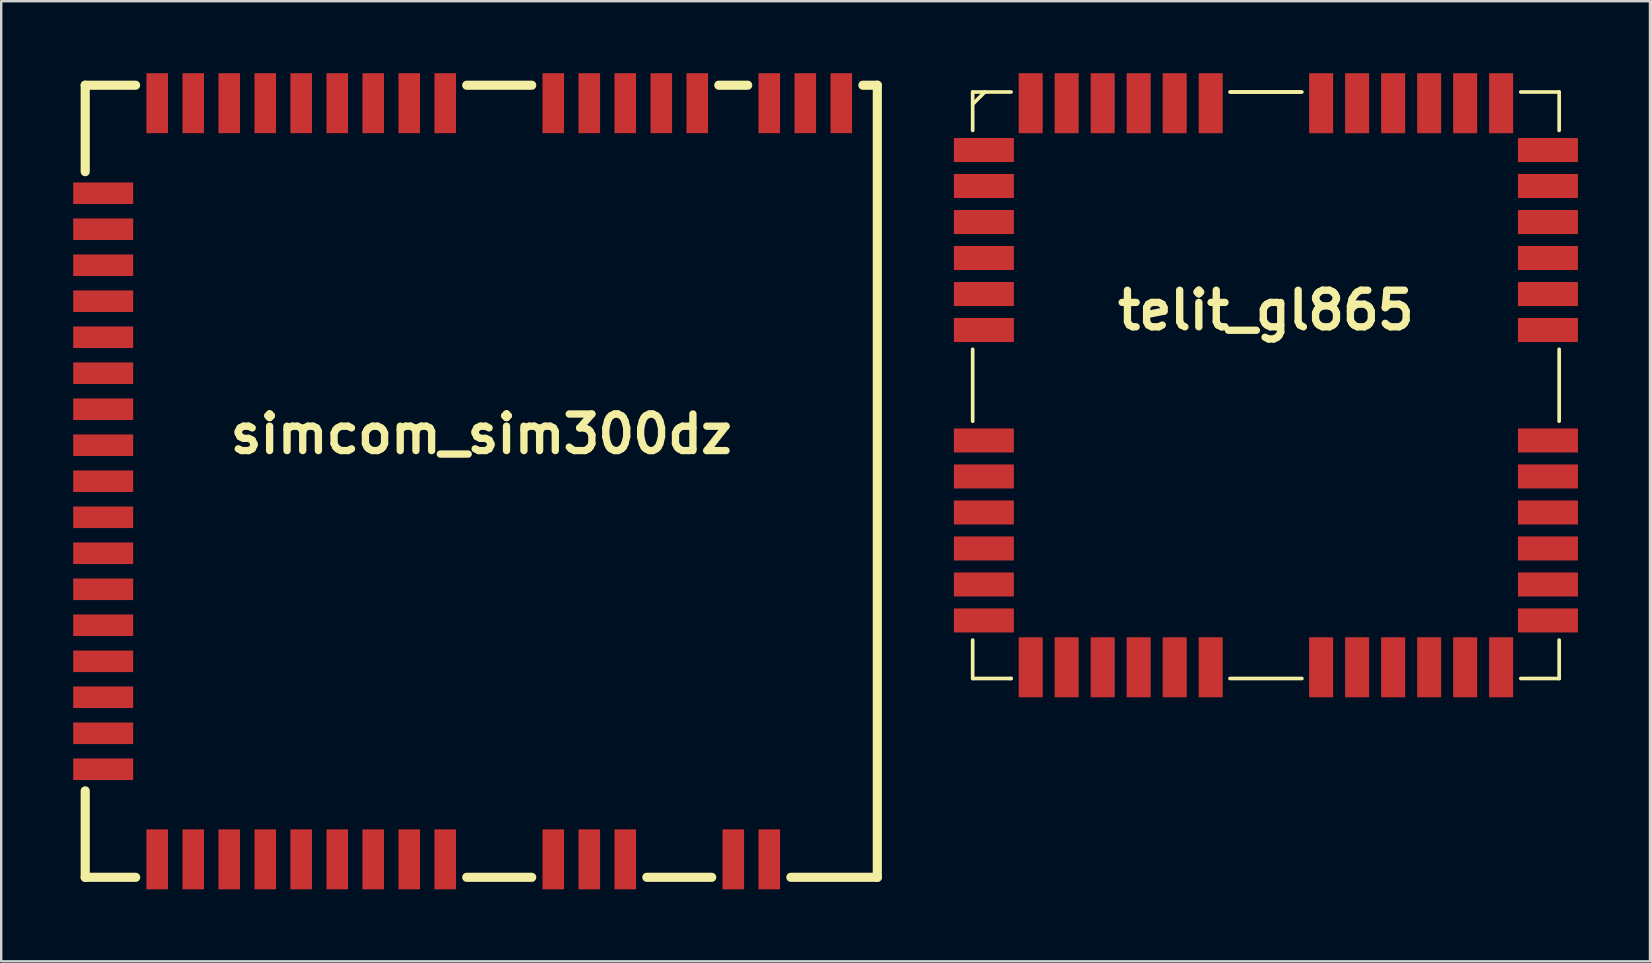
<source format=kicad_pcb>
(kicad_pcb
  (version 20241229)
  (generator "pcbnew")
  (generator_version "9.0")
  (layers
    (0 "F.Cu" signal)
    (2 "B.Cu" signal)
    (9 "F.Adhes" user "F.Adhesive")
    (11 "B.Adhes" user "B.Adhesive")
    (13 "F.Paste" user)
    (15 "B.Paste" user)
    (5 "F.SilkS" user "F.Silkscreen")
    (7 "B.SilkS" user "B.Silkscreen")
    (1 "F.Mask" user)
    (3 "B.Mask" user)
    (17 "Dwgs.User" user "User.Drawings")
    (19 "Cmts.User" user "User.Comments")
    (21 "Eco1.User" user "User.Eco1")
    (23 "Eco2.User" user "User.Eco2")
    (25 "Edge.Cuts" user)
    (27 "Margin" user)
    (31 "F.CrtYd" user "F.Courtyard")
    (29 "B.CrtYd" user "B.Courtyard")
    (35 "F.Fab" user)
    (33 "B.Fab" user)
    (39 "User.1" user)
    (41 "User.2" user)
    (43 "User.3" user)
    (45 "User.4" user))
  (footprint "telit_gl865"
    (layer "F.Cu")
    (at 49.69 13)
    (property "Reference" "telit_gl865" (at 0 -3.124 0) (layer "F.SilkS") (effects (font (size 1.524 1.524) (thickness 0.305))))
    (attr through_hole)
    (fp_line (start -12.217 -12.217) (end -12.217 -10.617) (stroke (width 0.152) (type solid)) (layer "F.SilkS"))
    (fp_line (start -12.217 -12.217) (end -10.617 -12.217) (stroke (width 0.152) (type solid)) (layer "F.SilkS"))
    (fp_line (start -12.217 -11.709) (end -11.709 -12.217) (stroke (width 0.152) (type solid)) (layer "F.SilkS"))
    (fp_line (start -12.217 -10.617) (end -12.217 -10.643) (stroke (width 0.102) (type solid)) (layer "F.SilkS"))
    (fp_line (start -12.217 1.499) (end -12.217 -1.499) (stroke (width 0.152) (type solid)) (layer "F.SilkS"))
    (fp_line (start -12.217 12.217) (end -12.217 10.617) (stroke (width 0.152) (type solid)) (layer "F.SilkS"))
    (fp_line (start -10.643 12.217) (end -10.617 12.217) (stroke (width 0.152) (type solid)) (layer "F.SilkS"))
    (fp_line (start -10.617 12.217) (end -12.217 12.217) (stroke (width 0.152) (type solid)) (layer "F.SilkS"))
    (fp_line (start -1.499 -12.217) (end 1.499 -12.217) (stroke (width 0.152) (type solid)) (layer "F.SilkS"))
    (fp_line (start -1.448 -12.217) (end 1.448 -12.217) (stroke (width 0.152) (type solid)) (layer "F.SilkS"))
    (fp_line (start 1.499 12.217) (end -1.499 12.217) (stroke (width 0.152) (type solid)) (layer "F.SilkS"))
    (fp_line (start 10.617 -12.217) (end 12.217 -12.217) (stroke (width 0.152) (type solid)) (layer "F.SilkS"))
    (fp_line (start 12.217 -12.217) (end 12.217 -10.617) (stroke (width 0.152) (type solid)) (layer "F.SilkS"))
    (fp_line (start 12.217 -1.499) (end 12.217 1.499) (stroke (width 0.152) (type solid)) (layer "F.SilkS"))
    (fp_line (start 12.217 10.617) (end 12.217 12.217) (stroke (width 0.152) (type solid)) (layer "F.SilkS"))
    (fp_line (start 12.217 12.217) (end 10.617 12.217) (stroke (width 0.152) (type solid)) (layer "F.SilkS"))
    (pad "1" smd rect (at -11.75 -9.799) (size 2.499 1.001) (layers "F.Cu" "F.Mask" "F.Paste"))
    (pad "2" smd rect (at -11.75 -8.301) (size 2.499 1.001) (layers "F.Cu" "F.Mask" "F.Paste"))
    (pad "3" smd rect (at -11.75 -6.8) (size 2.499 1.001) (layers "F.Cu" "F.Mask" "F.Paste"))
    (pad "4" smd rect (at -11.75 -5.301) (size 2.499 1.001) (layers "F.Cu" "F.Mask" "F.Paste"))
    (pad "5" smd rect (at -11.75 -3.8) (size 2.499 1.001) (layers "F.Cu" "F.Mask" "F.Paste"))
    (pad "6" smd rect (at -11.75 -2.301) (size 2.499 1.001) (layers "F.Cu" "F.Mask" "F.Paste"))
    (pad "7" smd rect (at -11.75 2.301) (size 2.499 1.001) (layers "F.Cu" "F.Mask" "F.Paste"))
    (pad "8" smd rect (at -11.75 3.8) (size 2.499 1.001) (layers "F.Cu" "F.Mask" "F.Paste"))
    (pad "9" smd rect (at -11.75 5.301) (size 2.499 1.001) (layers "F.Cu" "F.Mask" "F.Paste"))
    (pad "10" smd rect (at -11.75 6.8) (size 2.499 1.001) (layers "F.Cu" "F.Mask" "F.Paste"))
    (pad "11" smd rect (at -11.75 8.301) (size 2.499 1.001) (layers "F.Cu" "F.Mask" "F.Paste"))
    (pad "12" smd rect (at -11.75 9.799) (size 2.499 1.001) (layers "F.Cu" "F.Mask" "F.Paste"))
    (pad "13" smd rect (at -9.799 11.75 90) (size 2.499 1.001) (layers "F.Cu" "F.Mask" "F.Paste"))
    (pad "14" smd rect (at -8.301 11.75 90) (size 2.499 1.001) (layers "F.Cu" "F.Mask" "F.Paste"))
    (pad "15" smd rect (at -6.8 11.75 90) (size 2.499 1.001) (layers "F.Cu" "F.Mask" "F.Paste"))
    (pad "16" smd rect (at -5.301 11.75 90) (size 2.499 1.001) (layers "F.Cu" "F.Mask" "F.Paste"))
    (pad "17" smd rect (at -3.8 11.75 90) (size 2.499 1.001) (layers "F.Cu" "F.Mask" "F.Paste"))
    (pad "18" smd rect (at -2.301 11.75 90) (size 2.499 1.001) (layers "F.Cu" "F.Mask" "F.Paste"))
    (pad "19" smd rect (at 2.301 11.75 90) (size 2.499 1.001) (layers "F.Cu" "F.Mask" "F.Paste"))
    (pad "20" smd rect (at 3.8 11.75 90) (size 2.499 1.001) (layers "F.Cu" "F.Mask" "F.Paste"))
    (pad "21" smd rect (at 5.301 11.75 90) (size 2.499 1.001) (layers "F.Cu" "F.Mask" "F.Paste"))
    (pad "22" smd rect (at 6.8 11.75 90) (size 2.499 1.001) (layers "F.Cu" "F.Mask" "F.Paste"))
    (pad "23" smd rect (at 8.301 11.75 90) (size 2.499 1.001) (layers "F.Cu" "F.Mask" "F.Paste"))
    (pad "24" smd rect (at 9.799 11.75 90) (size 2.499 1.001) (layers "F.Cu" "F.Mask" "F.Paste"))
    (pad "25" smd rect (at 11.75 9.799 180) (size 2.499 1.001) (layers "F.Cu" "F.Mask" "F.Paste"))
    (pad "26" smd rect (at 11.75 8.301 180) (size 2.499 1.001) (layers "F.Cu" "F.Mask" "F.Paste"))
    (pad "27" smd rect (at 11.75 6.8 180) (size 2.499 1.001) (layers "F.Cu" "F.Mask" "F.Paste"))
    (pad "28" smd rect (at 11.75 5.301 180) (size 2.499 1.001) (layers "F.Cu" "F.Mask" "F.Paste"))
    (pad "29" smd rect (at 11.75 3.8 180) (size 2.499 1.001) (layers "F.Cu" "F.Mask" "F.Paste"))
    (pad "30" smd rect (at 11.75 2.301 180) (size 2.499 1.001) (layers "F.Cu" "F.Mask" "F.Paste"))
    (pad "31" smd rect (at 11.75 -2.301 180) (size 2.499 1.001) (layers "F.Cu" "F.Mask" "F.Paste"))
    (pad "32" smd rect (at 11.75 -3.8 180) (size 2.499 1.001) (layers "F.Cu" "F.Mask" "F.Paste"))
    (pad "33" smd rect (at 11.75 -5.301 180) (size 2.499 1.001) (layers "F.Cu" "F.Mask" "F.Paste"))
    (pad "34" smd rect (at 11.75 -6.8 180) (size 2.499 1.001) (layers "F.Cu" "F.Mask" "F.Paste"))
    (pad "35" smd rect (at 11.75 -8.301 180) (size 2.499 1.001) (layers "F.Cu" "F.Mask" "F.Paste"))
    (pad "36" smd rect (at 11.75 -9.799 180) (size 2.499 1.001) (layers "F.Cu" "F.Mask" "F.Paste"))
    (pad "37" smd rect (at 9.799 -11.75 270) (size 2.499 1.001) (layers "F.Cu" "F.Mask" "F.Paste"))
    (pad "38" smd rect (at 8.301 -11.75 270) (size 2.499 1.001) (layers "F.Cu" "F.Mask" "F.Paste"))
    (pad "39" smd rect (at 6.8 -11.75 270) (size 2.499 1.001) (layers "F.Cu" "F.Mask" "F.Paste"))
    (pad "40" smd rect (at 5.301 -11.75 270) (size 2.499 1.001) (layers "F.Cu" "F.Mask" "F.Paste"))
    (pad "41" smd rect (at 3.8 -11.75 270) (size 2.499 1.001) (layers "F.Cu" "F.Mask" "F.Paste"))
    (pad "42" smd rect (at 2.301 -11.75 270) (size 2.499 1.001) (layers "F.Cu" "F.Mask" "F.Paste"))
    (pad "43" smd rect (at -2.301 -11.75 270) (size 2.499 1.001) (layers "F.Cu" "F.Mask" "F.Paste"))
    (pad "44" smd rect (at -3.8 -11.75 270) (size 2.499 1.001) (layers "F.Cu" "F.Mask" "F.Paste"))
    (pad "45" smd rect (at -5.301 -11.75 270) (size 2.499 1.001) (layers "F.Cu" "F.Mask" "F.Paste"))
    (pad "46" smd rect (at -6.8 -11.75 270) (size 2.499 1.001) (layers "F.Cu" "F.Mask" "F.Paste"))
    (pad "47" smd rect (at -8.301 -11.75 270) (size 2.499 1.001) (layers "F.Cu" "F.Mask" "F.Paste"))
    (pad "48" smd rect (at -9.799 -11.75 270) (size 2.499 1.001) (layers "F.Cu" "F.Mask" "F.Paste")))
  (footprint "simcom_sim300dz"
    (layer "F.Cu")
    (at 17 17)
    (property "Reference" "simcom_sim300dz" (at 0 -1.968 0) (layer "F.SilkS") (effects (font (size 1.524 1.524) (thickness 0.305))))
    (attr through_hole)
    (fp_line (start -16.5 -16.5) (end -16.5 -12.898) (stroke (width 0.381) (type solid)) (layer "F.SilkS"))
    (fp_line (start -16.5 -16.5) (end -14.402 -16.5) (stroke (width 0.381) (type solid)) (layer "F.SilkS"))
    (fp_line (start -16.5 16.5) (end -16.5 12.898) (stroke (width 0.381) (type solid)) (layer "F.SilkS"))
    (fp_line (start -16.5 16.5) (end -14.397 16.5) (stroke (width 0.381) (type solid)) (layer "F.SilkS"))
    (fp_line (start -0.605 -16.5) (end 2.103 -16.5) (stroke (width 0.381) (type solid)) (layer "F.SilkS"))
    (fp_line (start -0.605 16.5) (end 2.103 16.5) (stroke (width 0.381) (type solid)) (layer "F.SilkS"))
    (fp_line (start 6.899 16.5) (end 9.601 16.5) (stroke (width 0.381) (type solid)) (layer "F.SilkS"))
    (fp_line (start 9.896 -16.5) (end 11.1 -16.5) (stroke (width 0.381) (type solid)) (layer "F.SilkS"))
    (fp_line (start 16.5 -16.5) (end 15.9 -16.5) (stroke (width 0.381) (type solid)) (layer "F.SilkS"))
    (fp_line (start 16.5 -16.5) (end 16.5 16.5) (stroke (width 0.381) (type solid)) (layer "F.SilkS"))
    (fp_line (start 16.5 16.5) (end 12.898 16.5) (stroke (width 0.381) (type solid)) (layer "F.SilkS"))
    (pad "1" smd rect (at -15.751 -11.999 90) (size 0.899 2.499) (layers "F.Cu" "F.Mask" "F.Paste"))
    (pad "2" smd rect (at -15.751 -10.5 90) (size 0.899 2.499) (layers "F.Cu" "F.Mask" "F.Paste"))
    (pad "3" smd rect (at -15.751 -8.999 90) (size 0.899 2.499) (layers "F.Cu" "F.Mask" "F.Paste"))
    (pad "4" smd rect (at -15.751 -7.501 90) (size 0.899 2.499) (layers "F.Cu" "F.Mask" "F.Paste"))
    (pad "5" smd rect (at -15.751 -5.999 90) (size 0.899 2.499) (layers "F.Cu" "F.Mask" "F.Paste"))
    (pad "6" smd rect (at -15.751 -4.501 90) (size 0.899 2.499) (layers "F.Cu" "F.Mask" "F.Paste"))
    (pad "7" smd rect (at -15.751 -3 90) (size 0.899 2.499) (layers "F.Cu" "F.Mask" "F.Paste"))
    (pad "8" smd rect (at -15.751 -1.501 90) (size 0.899 2.499) (layers "F.Cu" "F.Mask" "F.Paste"))
    (pad "9" smd rect (at -15.751 0 90) (size 0.899 2.499) (layers "F.Cu" "F.Mask" "F.Paste"))
    (pad "10" smd rect (at -15.751 1.501 90) (size 0.899 2.499) (layers "F.Cu" "F.Mask" "F.Paste"))
    (pad "11" smd rect (at -15.751 3 90) (size 0.899 2.499) (layers "F.Cu" "F.Mask" "F.Paste"))
    (pad "12" smd rect (at -15.751 4.501 90) (size 0.899 2.499) (layers "F.Cu" "F.Mask" "F.Paste"))
    (pad "13" smd rect (at -15.751 5.999 90) (size 0.899 2.499) (layers "F.Cu" "F.Mask" "F.Paste"))
    (pad "14" smd rect (at -15.751 7.501 90) (size 0.899 2.499) (layers "F.Cu" "F.Mask" "F.Paste"))
    (pad "15" smd rect (at -15.751 8.999 90) (size 0.899 2.499) (layers "F.Cu" "F.Mask" "F.Paste"))
    (pad "16" smd rect (at -15.751 10.5 90) (size 0.899 2.499) (layers "F.Cu" "F.Mask" "F.Paste"))
    (pad "17" smd rect (at -15.751 11.999 90) (size 0.899 2.499) (layers "F.Cu" "F.Mask" "F.Paste"))
    (pad "18" smd rect (at -13.5 15.751) (size 0.899 2.499) (layers "F.Cu" "F.Mask" "F.Paste"))
    (pad "19" smd rect (at -11.999 15.751) (size 0.899 2.499) (layers "F.Cu" "F.Mask" "F.Paste"))
    (pad "20" smd rect (at -10.5 15.751) (size 0.899 2.499) (layers "F.Cu" "F.Mask" "F.Paste"))
    (pad "21" smd rect (at -8.999 15.751) (size 0.899 2.499) (layers "F.Cu" "F.Mask" "F.Paste"))
    (pad "22" smd rect (at -7.501 15.751) (size 0.899 2.499) (layers "F.Cu" "F.Mask" "F.Paste"))
    (pad "23" smd rect (at -5.999 15.751) (size 0.899 2.499) (layers "F.Cu" "F.Mask" "F.Paste"))
    (pad "24" smd rect (at -4.501 15.751) (size 0.899 2.499) (layers "F.Cu" "F.Mask" "F.Paste"))
    (pad "25" smd rect (at -3 15.751) (size 0.899 2.499) (layers "F.Cu" "F.Mask" "F.Paste"))
    (pad "26" smd rect (at -1.501 15.751) (size 0.899 2.499) (layers "F.Cu" "F.Mask" "F.Paste"))
    (pad "27" smd rect (at 3 15.751) (size 0.899 2.499) (layers "F.Cu" "F.Mask" "F.Paste"))
    (pad "28" smd rect (at 4.501 15.751) (size 0.899 2.499) (layers "F.Cu" "F.Mask" "F.Paste"))
    (pad "29" smd rect (at 5.999 15.751) (size 0.899 2.499) (layers "F.Cu" "F.Mask" "F.Paste"))
    (pad "30" smd rect (at 10.5 15.751) (size 0.899 2.499) (layers "F.Cu" "F.Mask" "F.Paste"))
    (pad "31" smd rect (at 11.999 15.751) (size 0.899 2.499) (layers "F.Cu" "F.Mask" "F.Paste"))
    (pad "32" smd rect (at 15.001 -15.751) (size 0.899 2.499) (layers "F.Cu" "F.Mask" "F.Paste"))
    (pad "33" smd rect (at 13.5 -15.751) (size 0.899 2.499) (layers "F.Cu" "F.Mask" "F.Paste"))
    (pad "34" smd rect (at 11.999 -15.751) (size 0.899 2.499) (layers "F.Cu" "F.Mask" "F.Paste"))
    (pad "35" smd rect (at 8.999 -15.751) (size 0.899 2.499) (layers "F.Cu" "F.Mask" "F.Paste"))
    (pad "36" smd rect (at 7.501 -15.751) (size 0.899 2.499) (layers "F.Cu" "F.Mask" "F.Paste"))
    (pad "37" smd rect (at 5.999 -15.751) (size 0.899 2.499) (layers "F.Cu" "F.Mask" "F.Paste"))
    (pad "38" smd rect (at 4.501 -15.751) (size 0.899 2.499) (layers "F.Cu" "F.Mask" "F.Paste"))
    (pad "39" smd rect (at 3 -15.751) (size 0.899 2.499) (layers "F.Cu" "F.Mask" "F.Paste"))
    (pad "40" smd rect (at -1.501 -15.751) (size 0.899 2.499) (layers "F.Cu" "F.Mask" "F.Paste"))
    (pad "41" smd rect (at -3 -15.751) (size 0.899 2.499) (layers "F.Cu" "F.Mask" "F.Paste"))
    (pad "42" smd rect (at -4.501 -15.751) (size 0.899 2.499) (layers "F.Cu" "F.Mask" "F.Paste"))
    (pad "43" smd rect (at -5.999 -15.751) (size 0.899 2.499) (layers "F.Cu" "F.Mask" "F.Paste"))
    (pad "44" smd rect (at -7.501 -15.751) (size 0.899 2.499) (layers "F.Cu" "F.Mask" "F.Paste"))
    (pad "45" smd rect (at -8.999 -15.751) (size 0.899 2.499) (layers "F.Cu" "F.Mask" "F.Paste"))
    (pad "46" smd rect (at -10.5 -15.751) (size 0.899 2.499) (layers "F.Cu" "F.Mask" "F.Paste"))
    (pad "47" smd rect (at -11.999 -15.751) (size 0.899 2.499) (layers "F.Cu" "F.Mask" "F.Paste"))
    (pad "48" smd rect (at -13.5 -15.751) (size 0.899 2.499) (layers "F.Cu" "F.Mask" "F.Paste")))
  (gr_rect
    (start -3 -3)
    (end 65.69 37)
    (stroke (width 0.1) (type default))
    (fill no)
    (layer "Edge.Cuts")))
</source>
